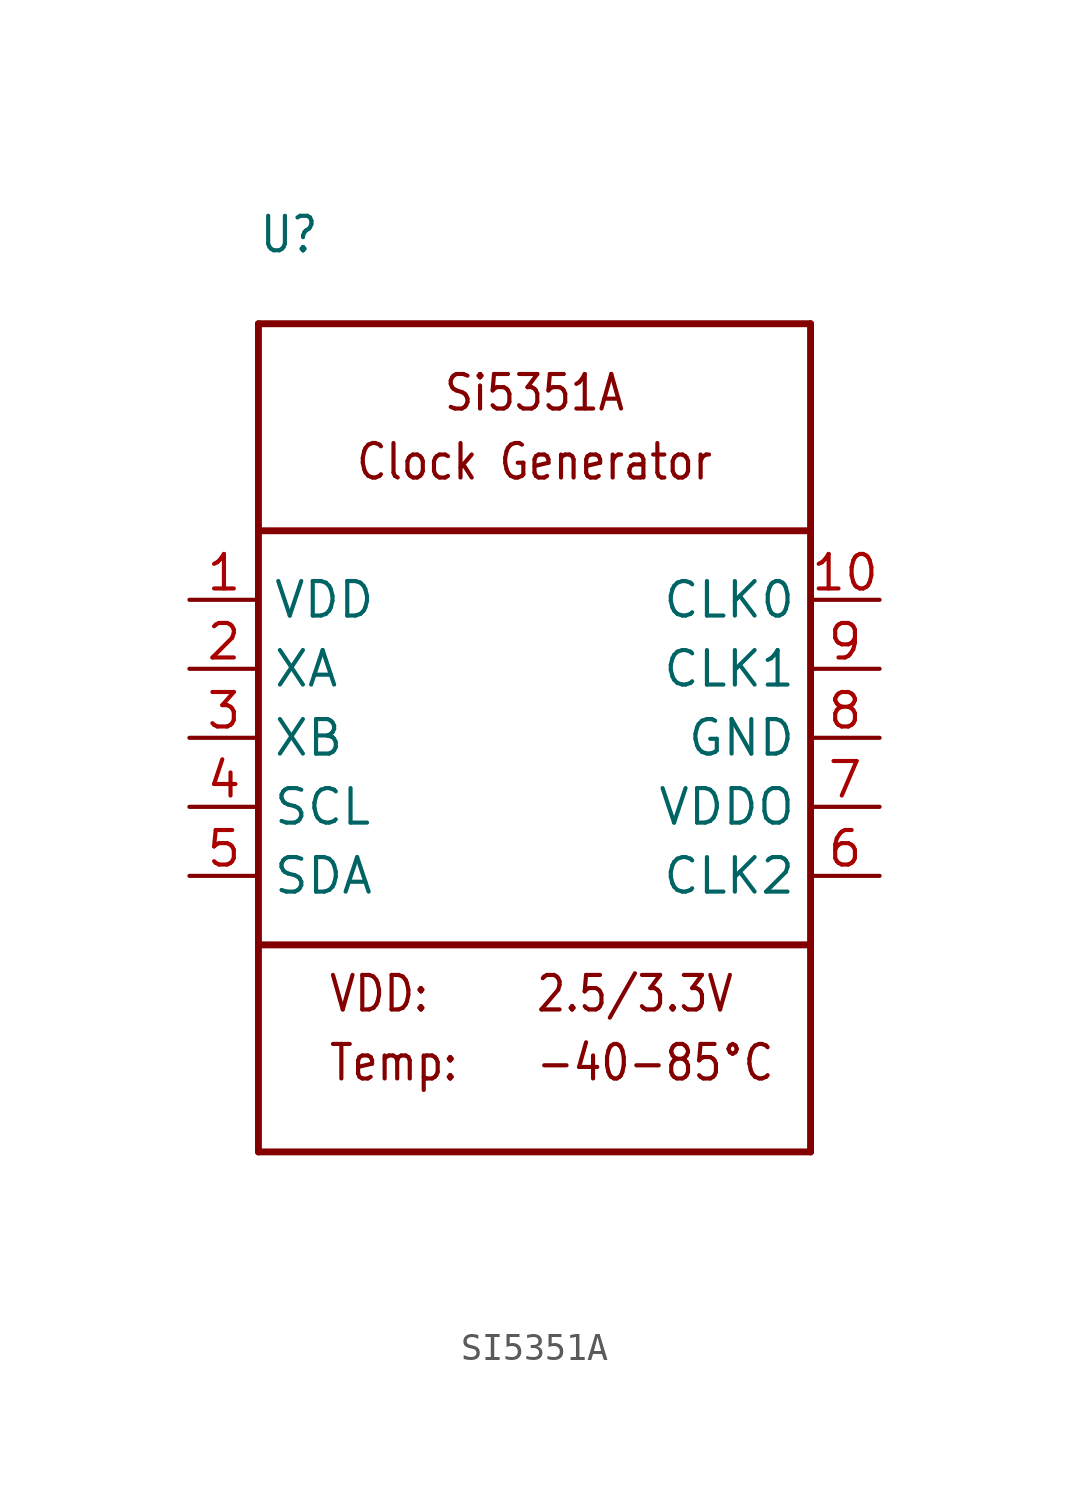
<source format=kicad_sym>
(kicad_symbol_lib
  (version 20220914)
  (generator kicad_symbol_editor)
  (symbol "SI5351A"
    (property "Reference" "U"
      (at -10.16 17.78 0)
      (effects (font (size 1.27 1.079)) (justify left bottom)))
    (property "Value" ""
      (at -10.16 -17.78 0)
      (effects (font (size 1.27 1.079)) (justify left bottom)))
    (property "ki_locked" ""
      (at 0 0 0)
      (effects (font (size 1.27 1.27))))
    (symbol "SI5351A_1_0"
      (polyline (pts (xy -10.16 -15.24) (xy 10.16 -15.24)) (stroke (width 0.254) (type solid)) (fill (type none)))
      (polyline (pts (xy -10.16 -7.62) (xy -10.16 -15.24)) (stroke (width 0.254) (type solid)) (fill (type none)))
      (polyline (pts (xy -10.16 -7.62) (xy -10.16 7.62)) (stroke (width 0.254) (type solid)) (fill (type none)))
      (polyline (pts (xy -10.16 7.62) (xy -10.16 15.24)) (stroke (width 0.254) (type solid)) (fill (type none)))
      (polyline (pts (xy -10.16 7.62) (xy 10.16 7.62)) (stroke (width 0.254) (type solid)) (fill (type none)))
      (polyline (pts (xy -10.16 15.24) (xy 10.16 15.24)) (stroke (width 0.254) (type solid)) (fill (type none)))
      (polyline (pts (xy 10.16 -15.24) (xy 10.16 -7.62)) (stroke (width 0.254) (type solid)) (fill (type none)))
      (polyline (pts (xy 10.16 -7.62) (xy -10.16 -7.62)) (stroke (width 0.254) (type solid)) (fill (type none)))
      (polyline (pts (xy 10.16 7.62) (xy 10.16 -7.62)) (stroke (width 0.254) (type solid)) (fill (type none)))
      (polyline (pts (xy 10.16 15.24) (xy 10.16 7.62)) (stroke (width 0.254) (type solid)) (fill (type none)))
      (text "-40-85°C" (at 0 -12.7 0) (effects (font (size 1.27 1.079)) (justify left bottom)))
      (text "2.5/3.3V" (at 0 -10.16 0) (effects (font (size 1.27 1.079)) (justify left bottom)))
      (text "Clock Generator" (at 0 10.16 0) (effects (font (size 1.27 1.079))))
      (text "Si5351A" (at 0 12.7 0) (effects (font (size 1.27 1.079))))
      (text "Temp:" (at -7.62 -12.7 0) (effects (font (size 1.27 1.079)) (justify left bottom)))
      (text "VDD:" (at -7.62 -10.16 0) (effects (font (size 1.27 1.079)) (justify left bottom)))
      (pin power_in line (at -12.7 5.08 0) (length 2.54) (name "VDD" (effects (font (size 1.27 1.27)))) (number "1" (effects (font (size 1.27 1.27)))))
      (pin output line (at 12.7 5.08 180) (length 2.54) (name "CLK0" (effects (font (size 1.27 1.27)))) (number "10" (effects (font (size 1.27 1.27)))))
      (pin input line (at -12.7 2.54 0) (length 2.54) (name "XA" (effects (font (size 1.27 1.27)))) (number "2" (effects (font (size 1.27 1.27)))))
      (pin input line (at -12.7 0 0) (length 2.54) (name "XB" (effects (font (size 1.27 1.27)))) (number "3" (effects (font (size 1.27 1.27)))))
      (pin input line (at -12.7 -2.54 0) (length 2.54) (name "SCL" (effects (font (size 1.27 1.27)))) (number "4" (effects (font (size 1.27 1.27)))))
      (pin bidirectional line (at -12.7 -5.08 0) (length 2.54) (name "SDA" (effects (font (size 1.27 1.27)))) (number "5" (effects (font (size 1.27 1.27)))))
      (pin output line (at 12.7 -5.08 180) (length 2.54) (name "CLK2" (effects (font (size 1.27 1.27)))) (number "6" (effects (font (size 1.27 1.27)))))
      (pin power_in line (at 12.7 -2.54 180) (length 2.54) (name "VDDO" (effects (font (size 1.27 1.27)))) (number "7" (effects (font (size 1.27 1.27)))))
      (pin power_in line (at 12.7 0 180) (length 2.54) (name "GND" (effects (font (size 1.27 1.27)))) (number "8" (effects (font (size 1.27 1.27)))))
      (pin output line (at 12.7 2.54 180) (length 2.54) (name "CLK1" (effects (font (size 1.27 1.27)))) (number "9" (effects (font (size 1.27 1.27))))))))
</source>
